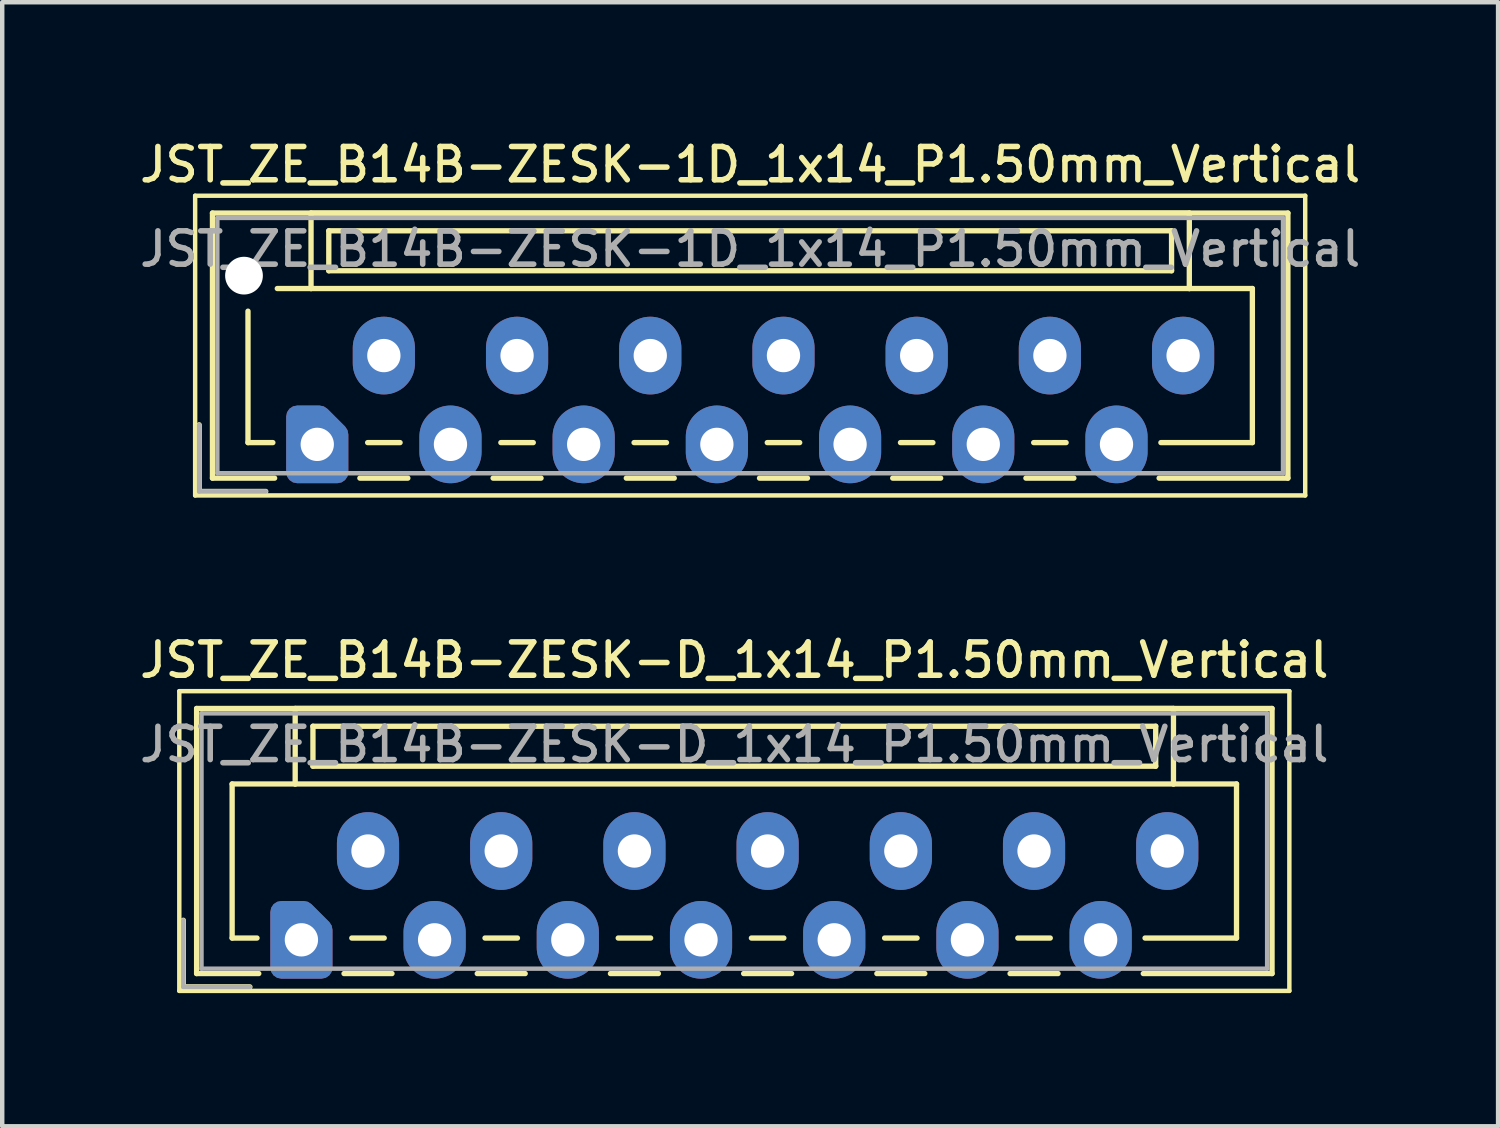
<source format=kicad_pcb>
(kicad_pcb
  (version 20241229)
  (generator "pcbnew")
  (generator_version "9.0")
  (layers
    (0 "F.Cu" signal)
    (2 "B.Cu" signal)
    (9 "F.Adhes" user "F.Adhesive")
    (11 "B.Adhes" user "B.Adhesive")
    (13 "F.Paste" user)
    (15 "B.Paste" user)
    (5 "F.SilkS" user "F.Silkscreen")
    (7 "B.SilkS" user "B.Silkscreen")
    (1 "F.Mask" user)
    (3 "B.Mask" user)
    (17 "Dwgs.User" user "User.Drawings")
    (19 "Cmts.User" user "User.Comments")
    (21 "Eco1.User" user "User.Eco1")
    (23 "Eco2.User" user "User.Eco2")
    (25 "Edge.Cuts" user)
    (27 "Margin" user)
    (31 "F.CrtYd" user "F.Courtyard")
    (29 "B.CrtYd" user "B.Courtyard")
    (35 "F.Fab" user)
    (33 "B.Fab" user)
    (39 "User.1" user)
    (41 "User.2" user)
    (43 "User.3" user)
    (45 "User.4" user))
  (footprint "JST_ZE_B14B-ZESK-D_1x14_P1.50mm_Vertical"
    (layer "F.Cu")
    (at 3.738 18.116)
    (property "Reference" "JST_ZE_B14B-ZESK-D_1x14_P1.50mm_Vertical" (at 9.75 -6.3 0) (layer "F.SilkS") (effects (font (size 0.75 0.75) (thickness 0.125))))
    (attr through_hole)
    (fp_line (start -2.75 -5.6) (end -2.75 1.15) (stroke (width 0.1) (type solid)) (layer "F.SilkS"))
    (fp_line (start -2.75 1.15) (end 22.25 1.15) (stroke (width 0.1) (type solid)) (layer "F.SilkS"))
    (fp_line (start -2.66 -0.44) (end -2.66 1.06) (stroke (width 0.12) (type solid)) (layer "F.SilkS"))
    (fp_line (start -2.66 1.06) (end -1.16 1.06) (stroke (width 0.12) (type solid)) (layer "F.SilkS"))
    (fp_line (start -2.36 -5.21) (end 21.86 -5.21) (stroke (width 0.12) (type solid)) (layer "F.SilkS"))
    (fp_line (start -2.36 0.76) (end -2.36 -5.21) (stroke (width 0.12) (type solid)) (layer "F.SilkS"))
    (fp_line (start -1.56 -3.51) (end -1.56 -0.04) (stroke (width 0.12) (type solid)) (layer "F.SilkS"))
    (fp_line (start -1.56 -0.04) (end -1 -0.04) (stroke (width 0.12) (type solid)) (layer "F.SilkS"))
    (fp_line (start -0.96 0.76) (end -2.36 0.76) (stroke (width 0.12) (type solid)) (layer "F.SilkS"))
    (fp_line (start -0.14 -5.21) (end -0.14 -3.51) (stroke (width 0.12) (type solid)) (layer "F.SilkS"))
    (fp_line (start -0.14 -3.51) (end -1.56 -3.51) (stroke (width 0.12) (type solid)) (layer "F.SilkS"))
    (fp_line (start -0.14 -3.51) (end 19.64 -3.51) (stroke (width 0.12) (type solid)) (layer "F.SilkS"))
    (fp_line (start 0.26 -4.81) (end 0.26 -3.91) (stroke (width 0.12) (type solid)) (layer "F.SilkS"))
    (fp_line (start 0.26 -3.91) (end 19.24 -3.91) (stroke (width 0.12) (type solid)) (layer "F.SilkS"))
    (fp_line (start 0.96 0.76) (end 2.04 0.76) (stroke (width 0.12) (type solid)) (layer "F.SilkS"))
    (fp_line (start 1.135 -0.04) (end 1.865 -0.04) (stroke (width 0.12) (type solid)) (layer "F.SilkS"))
    (fp_line (start 3.96 0.76) (end 5.04 0.76) (stroke (width 0.12) (type solid)) (layer "F.SilkS"))
    (fp_line (start 4.135 -0.04) (end 4.865 -0.04) (stroke (width 0.12) (type solid)) (layer "F.SilkS"))
    (fp_line (start 6.96 0.76) (end 8.04 0.76) (stroke (width 0.12) (type solid)) (layer "F.SilkS"))
    (fp_line (start 7.135 -0.04) (end 7.865 -0.04) (stroke (width 0.12) (type solid)) (layer "F.SilkS"))
    (fp_line (start 9.96 0.76) (end 11.04 0.76) (stroke (width 0.12) (type solid)) (layer "F.SilkS"))
    (fp_line (start 10.135 -0.04) (end 10.865 -0.04) (stroke (width 0.12) (type solid)) (layer "F.SilkS"))
    (fp_line (start 12.96 0.76) (end 14.04 0.76) (stroke (width 0.12) (type solid)) (layer "F.SilkS"))
    (fp_line (start 13.135 -0.04) (end 13.865 -0.04) (stroke (width 0.12) (type solid)) (layer "F.SilkS"))
    (fp_line (start 15.96 0.76) (end 17.04 0.76) (stroke (width 0.12) (type solid)) (layer "F.SilkS"))
    (fp_line (start 16.135 -0.04) (end 16.865 -0.04) (stroke (width 0.12) (type solid)) (layer "F.SilkS"))
    (fp_line (start 19.24 -4.81) (end 0.26 -4.81) (stroke (width 0.12) (type solid)) (layer "F.SilkS"))
    (fp_line (start 19.24 -3.91) (end 19.24 -4.81) (stroke (width 0.12) (type solid)) (layer "F.SilkS"))
    (fp_line (start 19.64 -5.21) (end -0.14 -5.21) (stroke (width 0.12) (type solid)) (layer "F.SilkS"))
    (fp_line (start 19.64 -3.51) (end 19.64 -5.21) (stroke (width 0.12) (type solid)) (layer "F.SilkS"))
    (fp_line (start 19.64 -3.51) (end 21.06 -3.51) (stroke (width 0.12) (type solid)) (layer "F.SilkS"))
    (fp_line (start 21.06 -3.51) (end 21.06 -0.04) (stroke (width 0.12) (type solid)) (layer "F.SilkS"))
    (fp_line (start 21.06 -0.04) (end 19 -0.04) (stroke (width 0.12) (type solid)) (layer "F.SilkS"))
    (fp_line (start 21.86 -5.21) (end 21.86 0.76) (stroke (width 0.12) (type solid)) (layer "F.SilkS"))
    (fp_line (start 21.86 0.76) (end 18.96 0.76) (stroke (width 0.12) (type solid)) (layer "F.SilkS"))
    (fp_line (start 22.25 -5.6) (end -2.75 -5.6) (stroke (width 0.1) (type solid)) (layer "F.SilkS"))
    (fp_line (start 22.25 1.15) (end 22.25 -5.6) (stroke (width 0.1) (type solid)) (layer "F.SilkS"))
    (fp_line (start -2.66 -0.44) (end -2.66 1.06) (stroke (width 0.1) (type solid)) (layer "F.Fab"))
    (fp_line (start -2.66 1.06) (end -1.16 1.06) (stroke (width 0.1) (type solid)) (layer "F.Fab"))
    (fp_line (start -2.25 -5.1) (end -2.25 0.65) (stroke (width 0.1) (type solid)) (layer "F.Fab"))
    (fp_line (start -2.25 0.65) (end 21.75 0.65) (stroke (width 0.1) (type solid)) (layer "F.Fab"))
    (fp_line (start 21.75 -5.1) (end -2.25 -5.1) (stroke (width 0.1) (type solid)) (layer "F.Fab"))
    (fp_line (start 21.75 0.65) (end 21.75 -5.1) (stroke (width 0.1) (type solid)) (layer "F.Fab"))
    (fp_text user "${REFERENCE}" (at 9.75 -4.4 0) (layer "F.Fab") (effects (font (size 0.75 0.75) (thickness 0.125))))
    (pad "1" thru_hole custom (at 0 0) (size 1.117 1.117) (drill 0.75) (layers "*.Cu" "*.Mask") (options (anchor circle)) (primitives (gr_poly (pts (xy 0.45 -0.225) (xy 0.45 0.625) (xy -0.45 0.625) (xy -0.45 -0.625) (xy 0.05 -0.625)) (width 0.5) (fill yes))))
    (pad "2" thru_hole oval (at 1.5 -2) (size 1.4 1.75) (drill 0.75) (layers "*.Cu" "*.Mask"))
    (pad "3" thru_hole oval (at 3 0) (size 1.4 1.75) (drill 0.75) (layers "*.Cu" "*.Mask"))
    (pad "4" thru_hole oval (at 4.5 -2) (size 1.4 1.75) (drill 0.75) (layers "*.Cu" "*.Mask"))
    (pad "5" thru_hole oval (at 6 0) (size 1.4 1.75) (drill 0.75) (layers "*.Cu" "*.Mask"))
    (pad "6" thru_hole oval (at 7.5 -2) (size 1.4 1.75) (drill 0.75) (layers "*.Cu" "*.Mask"))
    (pad "7" thru_hole oval (at 9 0) (size 1.4 1.75) (drill 0.75) (layers "*.Cu" "*.Mask"))
    (pad "8" thru_hole oval (at 10.5 -2) (size 1.4 1.75) (drill 0.75) (layers "*.Cu" "*.Mask"))
    (pad "9" thru_hole oval (at 12 0) (size 1.4 1.75) (drill 0.75) (layers "*.Cu" "*.Mask"))
    (pad "10" thru_hole oval (at 13.5 -2) (size 1.4 1.75) (drill 0.75) (layers "*.Cu" "*.Mask"))
    (pad "11" thru_hole oval (at 15 0) (size 1.4 1.75) (drill 0.75) (layers "*.Cu" "*.Mask"))
    (pad "12" thru_hole oval (at 16.5 -2) (size 1.4 1.75) (drill 0.75) (layers "*.Cu" "*.Mask"))
    (pad "13" thru_hole oval (at 18 0) (size 1.4 1.75) (drill 0.75) (layers "*.Cu" "*.Mask"))
    (pad "14" thru_hole oval (at 19.5 -2) (size 1.4 1.75) (drill 0.75) (layers "*.Cu" "*.Mask")))
  (footprint "JST_ZE_B14B-ZESK-1D_1x14_P1.50mm_Vertical"
    (layer "F.Cu")
    (at 4.095 6.958)
    (property "Reference" "JST_ZE_B14B-ZESK-1D_1x14_P1.50mm_Vertical" (at 9.75 -6.3 0) (layer "F.SilkS") (effects (font (size 0.75 0.75) (thickness 0.125))))
    (attr through_hole)
    (fp_line (start -2.75 -5.6) (end -2.75 1.15) (stroke (width 0.1) (type solid)) (layer "F.SilkS"))
    (fp_line (start -2.75 1.15) (end 22.25 1.15) (stroke (width 0.1) (type solid)) (layer "F.SilkS"))
    (fp_line (start -2.66 -0.44) (end -2.66 1.06) (stroke (width 0.12) (type solid)) (layer "F.SilkS"))
    (fp_line (start -2.66 1.06) (end -1.16 1.06) (stroke (width 0.12) (type solid)) (layer "F.SilkS"))
    (fp_line (start -2.36 -5.21) (end 21.86 -5.21) (stroke (width 0.12) (type solid)) (layer "F.SilkS"))
    (fp_line (start -2.36 0.76) (end -2.36 -5.21) (stroke (width 0.12) (type solid)) (layer "F.SilkS"))
    (fp_line (start -1.56 -3) (end -1.56 -0.04) (stroke (width 0.12) (type solid)) (layer "F.SilkS"))
    (fp_line (start -1.56 -0.04) (end -1 -0.04) (stroke (width 0.12) (type solid)) (layer "F.SilkS"))
    (fp_line (start -0.96 0.76) (end -2.36 0.76) (stroke (width 0.12) (type solid)) (layer "F.SilkS"))
    (fp_line (start -0.14 -5.21) (end -0.14 -3.51) (stroke (width 0.12) (type solid)) (layer "F.SilkS"))
    (fp_line (start -0.14 -3.51) (end -0.9 -3.51) (stroke (width 0.12) (type solid)) (layer "F.SilkS"))
    (fp_line (start -0.14 -3.51) (end 19.64 -3.51) (stroke (width 0.12) (type solid)) (layer "F.SilkS"))
    (fp_line (start 0.26 -4.81) (end 0.26 -3.91) (stroke (width 0.12) (type solid)) (layer "F.SilkS"))
    (fp_line (start 0.26 -3.91) (end 19.24 -3.91) (stroke (width 0.12) (type solid)) (layer "F.SilkS"))
    (fp_line (start 0.96 0.76) (end 2.04 0.76) (stroke (width 0.12) (type solid)) (layer "F.SilkS"))
    (fp_line (start 1.135 -0.04) (end 1.865 -0.04) (stroke (width 0.12) (type solid)) (layer "F.SilkS"))
    (fp_line (start 3.96 0.76) (end 5.04 0.76) (stroke (width 0.12) (type solid)) (layer "F.SilkS"))
    (fp_line (start 4.135 -0.04) (end 4.865 -0.04) (stroke (width 0.12) (type solid)) (layer "F.SilkS"))
    (fp_line (start 6.96 0.76) (end 8.04 0.76) (stroke (width 0.12) (type solid)) (layer "F.SilkS"))
    (fp_line (start 7.135 -0.04) (end 7.865 -0.04) (stroke (width 0.12) (type solid)) (layer "F.SilkS"))
    (fp_line (start 9.96 0.76) (end 11.04 0.76) (stroke (width 0.12) (type solid)) (layer "F.SilkS"))
    (fp_line (start 10.135 -0.04) (end 10.865 -0.04) (stroke (width 0.12) (type solid)) (layer "F.SilkS"))
    (fp_line (start 12.96 0.76) (end 14.04 0.76) (stroke (width 0.12) (type solid)) (layer "F.SilkS"))
    (fp_line (start 13.135 -0.04) (end 13.865 -0.04) (stroke (width 0.12) (type solid)) (layer "F.SilkS"))
    (fp_line (start 15.96 0.76) (end 17.04 0.76) (stroke (width 0.12) (type solid)) (layer "F.SilkS"))
    (fp_line (start 16.135 -0.04) (end 16.865 -0.04) (stroke (width 0.12) (type solid)) (layer "F.SilkS"))
    (fp_line (start 19.24 -4.81) (end 0.26 -4.81) (stroke (width 0.12) (type solid)) (layer "F.SilkS"))
    (fp_line (start 19.24 -3.91) (end 19.24 -4.81) (stroke (width 0.12) (type solid)) (layer "F.SilkS"))
    (fp_line (start 19.64 -5.21) (end -0.14 -5.21) (stroke (width 0.12) (type solid)) (layer "F.SilkS"))
    (fp_line (start 19.64 -3.51) (end 19.64 -5.21) (stroke (width 0.12) (type solid)) (layer "F.SilkS"))
    (fp_line (start 19.64 -3.51) (end 21.06 -3.51) (stroke (width 0.12) (type solid)) (layer "F.SilkS"))
    (fp_line (start 21.06 -3.51) (end 21.06 -0.04) (stroke (width 0.12) (type solid)) (layer "F.SilkS"))
    (fp_line (start 21.06 -0.04) (end 19 -0.04) (stroke (width 0.12) (type solid)) (layer "F.SilkS"))
    (fp_line (start 21.86 -5.21) (end 21.86 0.76) (stroke (width 0.12) (type solid)) (layer "F.SilkS"))
    (fp_line (start 21.86 0.76) (end 18.96 0.76) (stroke (width 0.12) (type solid)) (layer "F.SilkS"))
    (fp_line (start 22.25 -5.6) (end -2.75 -5.6) (stroke (width 0.1) (type solid)) (layer "F.SilkS"))
    (fp_line (start 22.25 1.15) (end 22.25 -5.6) (stroke (width 0.1) (type solid)) (layer "F.SilkS"))
    (fp_line (start -2.66 -0.44) (end -2.66 1.06) (stroke (width 0.1) (type solid)) (layer "F.Fab"))
    (fp_line (start -2.66 1.06) (end -1.16 1.06) (stroke (width 0.1) (type solid)) (layer "F.Fab"))
    (fp_line (start -2.25 -5.1) (end -2.25 0.65) (stroke (width 0.1) (type solid)) (layer "F.Fab"))
    (fp_line (start -2.25 0.65) (end 21.75 0.65) (stroke (width 0.1) (type solid)) (layer "F.Fab"))
    (fp_line (start 21.75 -5.1) (end -2.25 -5.1) (stroke (width 0.1) (type solid)) (layer "F.Fab"))
    (fp_line (start 21.75 0.65) (end 21.75 -5.1) (stroke (width 0.1) (type solid)) (layer "F.Fab"))
    (fp_text user "${REFERENCE}" (at 9.75 -4.4 0) (layer "F.Fab") (effects (font (size 0.75 0.75) (thickness 0.125))))
    (pad "" np_thru_hole circle (at -1.65 -3.8) (size 0.85 0.85) (drill 0.85) (layers "*.Cu" "*.Mask"))
    (pad "1" thru_hole custom (at 0 0) (size 1.117 1.117) (drill 0.75) (layers "*.Cu" "*.Mask") (options (anchor circle)) (primitives (gr_poly (pts (xy 0.45 -0.225) (xy 0.45 0.625) (xy -0.45 0.625) (xy -0.45 -0.625) (xy 0.05 -0.625)) (width 0.5) (fill yes))))
    (pad "2" thru_hole oval (at 1.5 -2) (size 1.4 1.75) (drill 0.75) (layers "*.Cu" "*.Mask"))
    (pad "3" thru_hole oval (at 3 0) (size 1.4 1.75) (drill 0.75) (layers "*.Cu" "*.Mask"))
    (pad "4" thru_hole oval (at 4.5 -2) (size 1.4 1.75) (drill 0.75) (layers "*.Cu" "*.Mask"))
    (pad "5" thru_hole oval (at 6 0) (size 1.4 1.75) (drill 0.75) (layers "*.Cu" "*.Mask"))
    (pad "6" thru_hole oval (at 7.5 -2) (size 1.4 1.75) (drill 0.75) (layers "*.Cu" "*.Mask"))
    (pad "7" thru_hole oval (at 9 0) (size 1.4 1.75) (drill 0.75) (layers "*.Cu" "*.Mask"))
    (pad "8" thru_hole oval (at 10.5 -2) (size 1.4 1.75) (drill 0.75) (layers "*.Cu" "*.Mask"))
    (pad "9" thru_hole oval (at 12 0) (size 1.4 1.75) (drill 0.75) (layers "*.Cu" "*.Mask"))
    (pad "10" thru_hole oval (at 13.5 -2) (size 1.4 1.75) (drill 0.75) (layers "*.Cu" "*.Mask"))
    (pad "11" thru_hole oval (at 15 0) (size 1.4 1.75) (drill 0.75) (layers "*.Cu" "*.Mask"))
    (pad "12" thru_hole oval (at 16.5 -2) (size 1.4 1.75) (drill 0.75) (layers "*.Cu" "*.Mask"))
    (pad "13" thru_hole oval (at 18 0) (size 1.4 1.75) (drill 0.75) (layers "*.Cu" "*.Mask"))
    (pad "14" thru_hole oval (at 19.5 -2) (size 1.4 1.75) (drill 0.75) (layers "*.Cu" "*.Mask")))
  (gr_rect
    (start -3 -3)
    (end 30.689 22.316)
    (stroke (width 0.1) (type default))
    (fill no)
    (layer "Edge.Cuts")))
</source>
